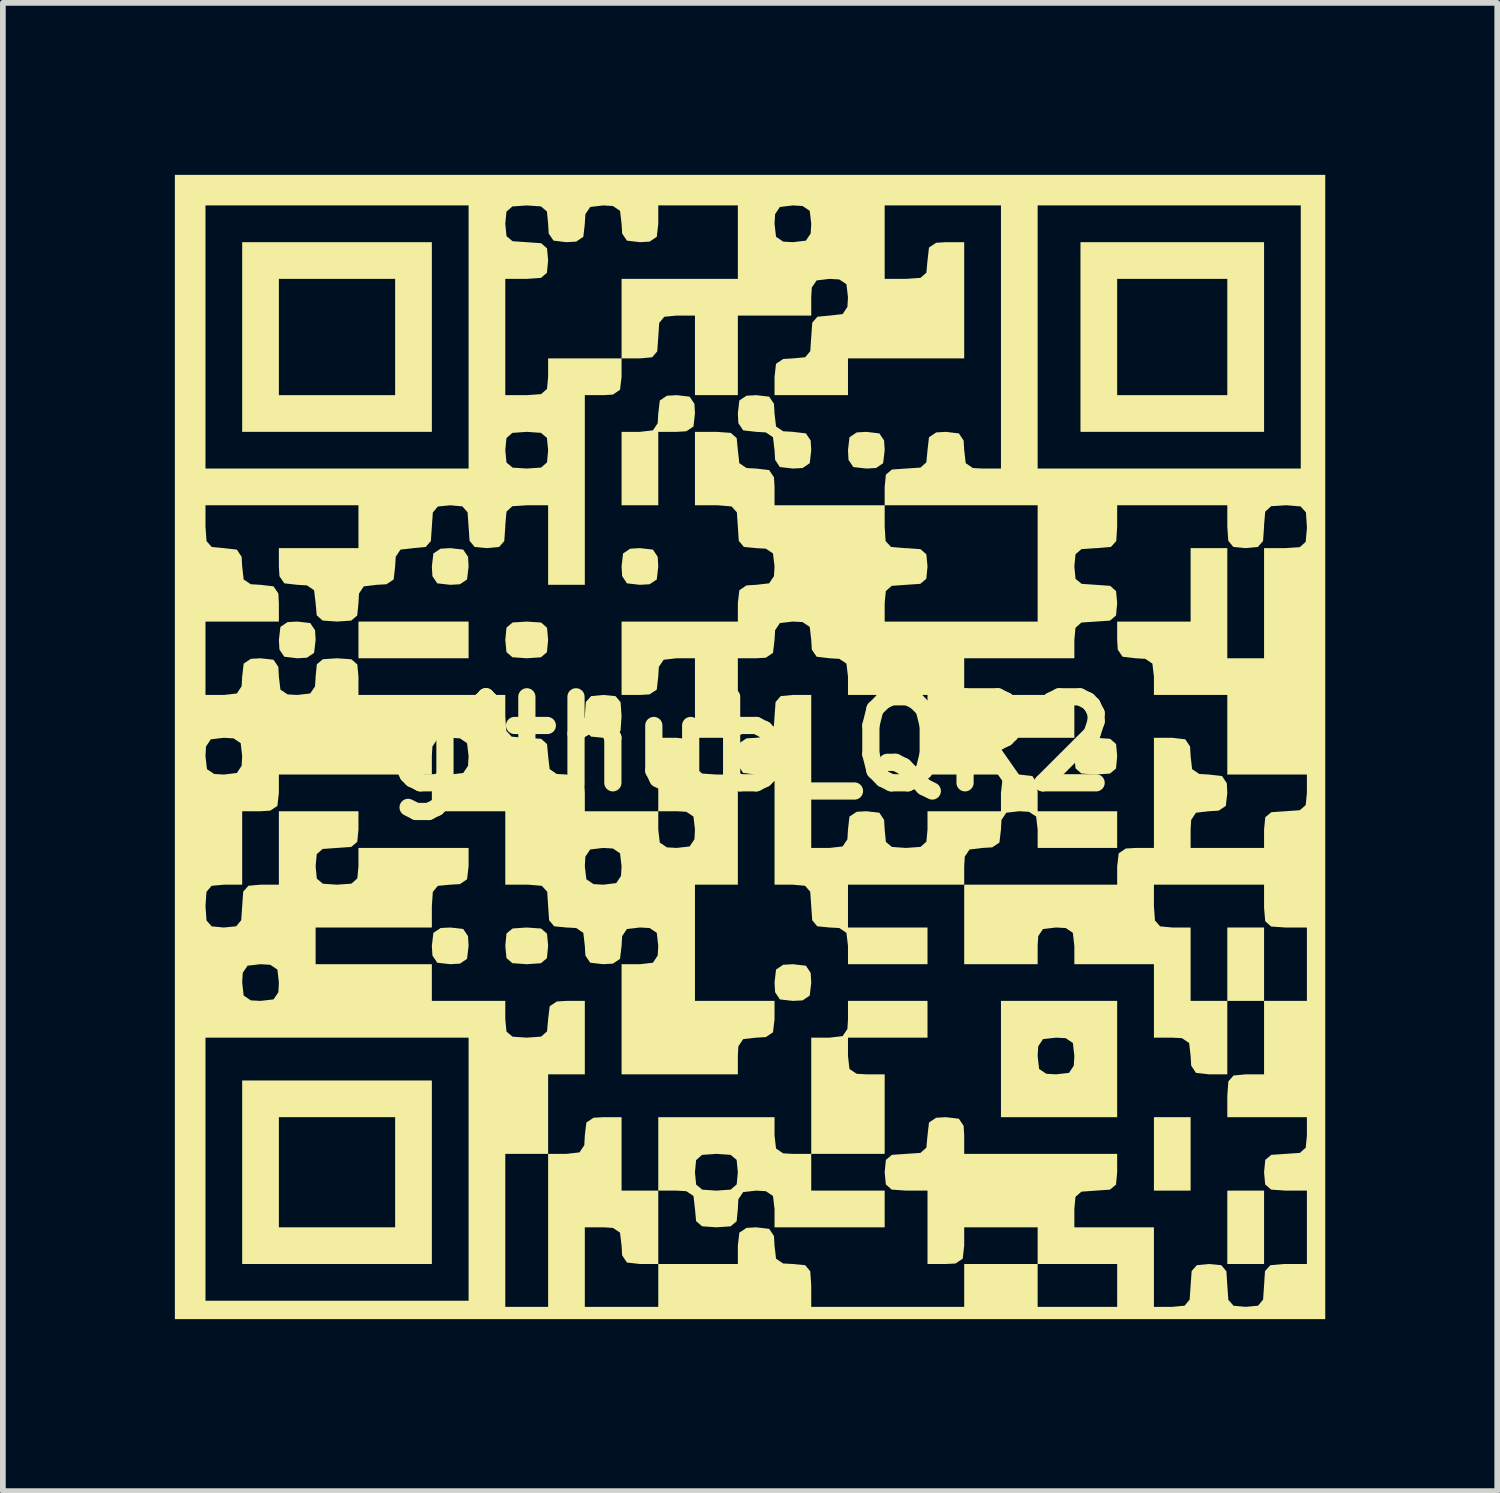
<source format=kicad_pcb>
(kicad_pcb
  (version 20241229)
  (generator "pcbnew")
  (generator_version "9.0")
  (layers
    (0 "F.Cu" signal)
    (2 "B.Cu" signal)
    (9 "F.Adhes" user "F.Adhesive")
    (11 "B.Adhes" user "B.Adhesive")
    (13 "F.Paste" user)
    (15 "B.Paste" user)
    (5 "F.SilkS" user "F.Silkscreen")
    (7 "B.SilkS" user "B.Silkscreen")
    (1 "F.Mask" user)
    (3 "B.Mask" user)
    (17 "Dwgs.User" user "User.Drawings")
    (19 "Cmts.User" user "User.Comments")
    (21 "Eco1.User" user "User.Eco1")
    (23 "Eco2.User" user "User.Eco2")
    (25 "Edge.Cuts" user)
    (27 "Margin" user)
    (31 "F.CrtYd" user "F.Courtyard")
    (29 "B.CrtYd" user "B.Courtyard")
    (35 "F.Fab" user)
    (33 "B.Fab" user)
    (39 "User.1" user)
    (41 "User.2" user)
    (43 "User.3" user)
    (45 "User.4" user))
  (footprint "github_QR2"
    (layer "F.Cu")
    (at 10.032 9.925)
    (property "Reference" "github_QR2" (at 0 0 0) (layer "F.SilkS") (effects (font (size 1.5 1.5) (thickness 0.3))))
    (attr board_only exclude_from_pos_files exclude_from_bom)
    (fp_poly (pts (xy -4.909 -1.814) (xy -4.909 -1.494) (xy -5.87 -1.494) (xy -6.83 -1.494) (xy -6.83 -1.814) (xy -6.83 -2.134) (xy -5.87 -2.134) (xy -4.909 -2.134)) (stroke (width 0) (type solid)) (fill yes) (layer "F.SilkS"))
    (fp_poly (pts (xy 7.684 7.15) (xy 7.684 7.791) (xy 7.364 7.791) (xy 7.044 7.791) (xy 7.044 7.15) (xy 7.044 6.51) (xy 7.364 6.51) (xy 7.684 6.51)) (stroke (width 0) (type solid)) (fill yes) (layer "F.SilkS"))
    (fp_poly (pts (xy 8.965 3.842) (xy 8.965 4.482) (xy 8.645 4.482) (xy 8.324 4.482) (xy 8.324 3.842) (xy 8.324 3.202) (xy 8.645 3.202) (xy 8.965 3.202)) (stroke (width 0) (type solid)) (fill yes) (layer "F.SilkS"))
    (fp_poly (pts (xy 8.965 8.431) (xy 8.965 9.071) (xy 8.645 9.071) (xy 8.324 9.071) (xy 8.324 8.431) (xy 8.324 7.791) (xy 8.645 7.791) (xy 8.965 7.791)) (stroke (width 0) (type solid)) (fill yes) (layer "F.SilkS"))
    (fp_poly (pts (xy -7.671 -2.108) (xy -7.587 -1.983) (xy -7.577 -1.814) (xy -7.604 -1.588) (xy -7.728 -1.504) (xy -7.897 -1.494) (xy -8.124 -1.521) (xy -8.208 -1.645) (xy -8.218 -1.814) (xy -8.191 -2.041) (xy -8.066 -2.125) (xy -7.897 -2.134)) (stroke (width 0) (type solid)) (fill yes) (layer "F.SilkS"))
    (fp_poly (pts (xy -5.003 -3.389) (xy -4.919 -3.264) (xy -4.909 -3.095) (xy -4.936 -2.868) (xy -5.06 -2.785) (xy -5.229 -2.775) (xy -5.456 -2.801) (xy -5.54 -2.926) (xy -5.55 -3.095) (xy -5.523 -3.322) (xy -5.398 -3.405) (xy -5.229 -3.415)) (stroke (width 0) (type solid)) (fill yes) (layer "F.SilkS"))
    (fp_poly (pts (xy -5.003 3.228) (xy -4.919 3.353) (xy -4.909 3.522) (xy -4.936 3.749) (xy -5.06 3.832) (xy -5.229 3.842) (xy -5.456 3.816) (xy -5.54 3.691) (xy -5.55 3.522) (xy -5.523 3.295) (xy -5.398 3.211) (xy -5.229 3.202)) (stroke (width 0) (type solid)) (fill yes) (layer "F.SilkS"))
    (fp_poly (pts (xy -3.644 -2.117) (xy -3.541 -2.026) (xy -3.522 -1.814) (xy -3.543 -1.599) (xy -3.648 -1.511) (xy -3.895 -1.494) (xy -4.146 -1.512) (xy -4.249 -1.602) (xy -4.269 -1.814) (xy -4.248 -2.029) (xy -4.142 -2.118) (xy -3.895 -2.134)) (stroke (width 0) (type solid)) (fill yes) (layer "F.SilkS"))
    (fp_poly (pts (xy -3.644 3.22) (xy -3.541 3.31) (xy -3.522 3.522) (xy -3.543 3.737) (xy -3.648 3.825) (xy -3.895 3.842) (xy -4.146 3.824) (xy -4.249 3.734) (xy -4.269 3.522) (xy -4.248 3.307) (xy -4.142 3.219) (xy -3.895 3.202)) (stroke (width 0) (type solid)) (fill yes) (layer "F.SilkS"))
    (fp_poly (pts (xy -2.346 -0.833) (xy -2.258 -0.727) (xy -2.241 -0.48) (xy -2.259 -0.229) (xy -2.35 -0.126) (xy -2.561 -0.107) (xy -2.776 -0.128) (xy -2.865 -0.233) (xy -2.882 -0.48) (xy -2.864 -0.731) (xy -2.773 -0.834) (xy -2.561 -0.854)) (stroke (width 0) (type solid)) (fill yes) (layer "F.SilkS"))
    (fp_poly (pts (xy -1.694 -3.389) (xy -1.611 -3.264) (xy -1.601 -3.095) (xy -1.627 -2.868) (xy -1.752 -2.785) (xy -1.921 -2.775) (xy -2.148 -2.801) (xy -2.231 -2.926) (xy -2.241 -3.095) (xy -2.215 -3.322) (xy -2.09 -3.405) (xy -1.921 -3.415)) (stroke (width 0) (type solid)) (fill yes) (layer "F.SilkS"))
    (fp_poly (pts (xy 0.974 3.868) (xy 1.057 3.993) (xy 1.067 4.162) (xy 1.041 4.389) (xy 0.916 4.473) (xy 0.747 4.482) (xy 0.52 4.456) (xy 0.437 4.331) (xy 0.427 4.162) (xy 0.453 3.935) (xy 0.578 3.852) (xy 0.747 3.842)) (stroke (width 0) (type solid)) (fill yes) (layer "F.SilkS"))
    (fp_poly (pts (xy 2.255 -5.416) (xy 2.338 -5.292) (xy 2.348 -5.123) (xy 2.321 -4.896) (xy 2.197 -4.812) (xy 2.028 -4.803) (xy 1.801 -4.829) (xy 1.717 -4.954) (xy 1.708 -5.123) (xy 1.734 -5.349) (xy 1.859 -5.433) (xy 2.028 -5.443)) (stroke (width 0) (type solid)) (fill yes) (layer "F.SilkS"))
    (fp_poly (pts (xy 6.281 -0.089) (xy 6.384 0.002) (xy 6.403 0.213) (xy 6.383 0.429) (xy 6.277 0.517) (xy 6.03 0.534) (xy 5.779 0.516) (xy 5.676 0.425) (xy 5.656 0.213) (xy 5.677 -0.002) (xy 5.783 -0.09) (xy 6.03 -0.107)) (stroke (width 0) (type solid)) (fill yes) (layer "F.SilkS"))
    (fp_poly (pts (xy -5.55 -7.097) (xy -5.55 -5.443) (xy -7.204 -5.443) (xy -8.858 -5.443) (xy -8.858 -7.097) (xy -8.218 -7.097) (xy -8.218 -6.083) (xy -7.204 -6.083) (xy -6.19 -6.083) (xy -6.19 -7.097) (xy -6.19 -8.111) (xy -7.204 -8.111) (xy -8.218 -8.111) (xy -8.218 -7.097) (xy -8.858 -7.097) (xy -8.858 -8.751) (xy -7.204 -8.751) (xy -5.55 -8.751)) (stroke (width 0) (type solid)) (fill yes) (layer "F.SilkS"))
    (fp_poly (pts (xy -5.55 7.471) (xy -5.55 9.071) (xy -7.204 9.071) (xy -8.858 9.071) (xy -8.858 7.471) (xy -8.218 7.471) (xy -8.218 8.431) (xy -7.204 8.431) (xy -6.19 8.431) (xy -6.19 7.471) (xy -6.19 6.51) (xy -7.204 6.51) (xy -8.218 6.51) (xy -8.218 7.471) (xy -8.858 7.471) (xy -8.858 5.87) (xy -7.204 5.87) (xy -5.55 5.87)) (stroke (width 0) (type solid)) (fill yes) (layer "F.SilkS"))
    (fp_poly (pts (xy 8.965 -7.097) (xy 8.965 -5.443) (xy 7.364 -5.443) (xy 5.763 -5.443) (xy 5.763 -7.097) (xy 6.403 -7.097) (xy 6.403 -6.083) (xy 7.364 -6.083) (xy 8.324 -6.083) (xy 8.324 -7.097) (xy 8.324 -8.111) (xy 7.364 -8.111) (xy 6.403 -8.111) (xy 6.403 -7.097) (xy 5.763 -7.097) (xy 5.763 -8.751) (xy 7.364 -8.751) (xy 8.965 -8.751)) (stroke (width 0) (type solid)) (fill yes) (layer "F.SilkS"))
    (fp_poly (pts (xy -1.054 -6.057) (xy -0.97 -5.932) (xy -0.961 -5.763) (xy -0.987 -5.536) (xy -1.112 -5.453) (xy -1.281 -5.443) (xy -1.601 -5.443) (xy -1.601 -4.803) (xy -1.601 -4.162) (xy -1.921 -4.162) (xy -2.241 -4.162) (xy -2.241 -4.803) (xy -2.241 -5.443) (xy -1.921 -5.443) (xy -1.694 -5.469) (xy -1.611 -5.594) (xy -1.601 -5.763) (xy -1.574 -5.99) (xy -1.45 -6.073) (xy -1.281 -6.083)) (stroke (width 0) (type solid)) (fill yes) (layer "F.SilkS"))
    (fp_poly (pts (xy 6.403 5.496) (xy 6.403 6.51) (xy 5.389 6.51) (xy 4.376 6.51) (xy 4.376 5.496) (xy 4.376 5.443) (xy 5.016 5.443) (xy 5.042 5.67) (xy 5.167 5.753) (xy 5.336 5.763) (xy 5.563 5.737) (xy 5.646 5.612) (xy 5.656 5.443) (xy 5.63 5.216) (xy 5.505 5.132) (xy 5.336 5.123) (xy 5.109 5.149) (xy 5.026 5.274) (xy 5.016 5.443) (xy 4.376 5.443) (xy 4.376 4.482) (xy 5.389 4.482) (xy 6.403 4.482)) (stroke (width 0) (type solid)) (fill yes) (layer "F.SilkS"))
    (fp_poly (pts (xy 0.333 -6.057) (xy 0.417 -5.932) (xy 0.427 -5.763) (xy 0.453 -5.536) (xy 0.578 -5.453) (xy 0.747 -5.443) (xy 0.974 -5.416) (xy 1.057 -5.292) (xy 1.067 -5.123) (xy 1.041 -4.896) (xy 0.916 -4.812) (xy 0.747 -4.803) (xy 0.52 -4.829) (xy 0.437 -4.954) (xy 0.427 -5.123) (xy 0.4 -5.349) (xy 0.276 -5.433) (xy 0.107 -5.443) (xy -0.12 -5.469) (xy -0.204 -5.594) (xy -0.213 -5.763) (xy -0.187 -5.99) (xy -0.062 -6.073) (xy 0.107 -6.083)) (stroke (width 0) (type solid)) (fill yes) (layer "F.SilkS"))
    (fp_poly (pts (xy 3.095 4.803) (xy 3.095 5.123) (xy 2.401 5.123) (xy 1.708 5.123) (xy 1.708 5.443) (xy 1.734 5.67) (xy 1.859 5.753) (xy 2.028 5.763) (xy 2.348 5.763) (xy 2.348 6.457) (xy 2.348 7.15) (xy 1.708 7.15) (xy 1.067 7.15) (xy 1.067 7.471) (xy 1.067 7.791) (xy 1.708 7.791) (xy 2.348 7.791) (xy 2.348 8.111) (xy 2.348 8.431) (xy 1.387 8.431) (xy 0.427 8.431) (xy 0.427 8.111) (xy 0.4 7.884) (xy 0.276 7.801) (xy 0.107 7.791) (xy -0.12 7.817) (xy -0.204 7.942) (xy -0.213 8.111) (xy -0.234 8.326) (xy -0.34 8.414) (xy -0.587 8.431) (xy -0.838 8.413) (xy -0.941 8.323) (xy -0.961 8.111) (xy -0.987 7.884) (xy -1.112 7.801) (xy -1.281 7.791) (xy -1.601 7.791) (xy -1.601 7.471) (xy -0.961 7.471) (xy -0.94 7.686) (xy -0.834 7.774) (xy -0.587 7.791) (xy -0.336 7.773) (xy -0.233 7.682) (xy -0.213 7.471) (xy -0.234 7.255) (xy -0.34 7.167) (xy -0.587 7.15) (xy -0.838 7.168) (xy -0.941 7.259) (xy -0.961 7.471) (xy -1.601 7.471) (xy -1.601 7.15) (xy -1.601 6.51) (xy -0.587 6.51) (xy 0.427 6.51) (xy 0.427 6.83) (xy 0.453 7.057) (xy 0.578 7.141) (xy 0.747 7.15) (xy 1.067 7.15) (xy 1.067 6.137) (xy 1.067 5.123) (xy 1.387 5.123) (xy 1.614 5.096) (xy 1.698 4.972) (xy 1.708 4.803) (xy 1.708 4.482) (xy 2.401 4.482) (xy 3.095 4.482)) (stroke (width 0) (type solid)) (fill yes) (layer "F.SilkS"))
    (fp_poly (pts (xy 1.067 0.48) (xy 1.067 1.814) (xy 1.387 1.814) (xy 1.614 1.788) (xy 1.698 1.663) (xy 1.708 1.494) (xy 1.734 1.267) (xy 1.859 1.184) (xy 2.028 1.174) (xy 2.255 1.2) (xy 2.338 1.325) (xy 2.348 1.494) (xy 2.369 1.709) (xy 2.474 1.797) (xy 2.721 1.814) (xy 2.972 1.796) (xy 3.075 1.706) (xy 3.095 1.494) (xy 3.095 1.174) (xy 3.735 1.174) (xy 4.376 1.174) (xy 4.376 0.854) (xy 4.402 0.627) (xy 4.527 0.543) (xy 4.696 0.534) (xy 4.923 0.56) (xy 5.006 0.685) (xy 5.016 0.854) (xy 5.016 1.174) (xy 5.71 1.174) (xy 6.403 1.174) (xy 6.403 1.494) (xy 6.403 1.814) (xy 5.71 1.814) (xy 5.016 1.814) (xy 5.016 1.494) (xy 4.99 1.267) (xy 4.865 1.184) (xy 4.696 1.174) (xy 4.469 1.2) (xy 4.385 1.325) (xy 4.376 1.494) (xy 4.349 1.721) (xy 4.224 1.804) (xy 4.055 1.814) (xy 3.829 1.841) (xy 3.745 1.965) (xy 3.735 2.134) (xy 3.735 2.455) (xy 2.721 2.455) (xy 1.708 2.455) (xy 1.708 2.828) (xy 1.708 3.202) (xy 2.401 3.202) (xy 3.095 3.202) (xy 3.095 3.522) (xy 3.095 3.842) (xy 2.401 3.842) (xy 1.708 3.842) (xy 1.708 3.522) (xy 1.681 3.295) (xy 1.556 3.211) (xy 1.387 3.202) (xy 1.172 3.181) (xy 1.084 3.075) (xy 1.067 2.828) (xy 1.049 2.577) (xy 0.959 2.474) (xy 0.747 2.455) (xy 0.427 2.455) (xy 0.427 1.494) (xy 0.427 0.534) (xy 0.107 0.534) (xy -0.12 0.507) (xy -0.204 0.382) (xy -0.213 0.213) (xy -0.187 -0.013) (xy -0.062 -0.097) (xy 0.107 -0.107) (xy 0.322 -0.128) (xy 0.41 -0.233) (xy 0.427 -0.48) (xy 0.445 -0.731) (xy 0.535 -0.834) (xy 0.747 -0.854) (xy 1.067 -0.854)) (stroke (width 0) (type solid)) (fill yes) (layer "F.SilkS"))
    (fp_poly (pts (xy 10.032 0.053) (xy 10.032 10.032) (xy 0 10.032) (xy -10.032 10.032) (xy -10.032 7.417) (xy -9.498 7.417) (xy -9.498 9.712) (xy -7.204 9.712) (xy -4.909 9.712) (xy -4.909 7.417) (xy -4.909 5.123) (xy -7.204 5.123) (xy -9.498 5.123) (xy -9.498 7.417) (xy -10.032 7.417) (xy -10.032 4.162) (xy -8.858 4.162) (xy -8.832 4.389) (xy -8.707 4.473) (xy -8.538 4.482) (xy -8.311 4.456) (xy -8.227 4.331) (xy -8.218 4.162) (xy -8.244 3.935) (xy -8.369 3.852) (xy -8.538 3.842) (xy -8.765 3.868) (xy -8.848 3.993) (xy -8.858 4.162) (xy -10.032 4.162) (xy -10.032 0.213) (xy -9.498 0.213) (xy -9.472 0.44) (xy -9.347 0.524) (xy -9.178 0.534) (xy -8.951 0.507) (xy -8.868 0.382) (xy -8.858 0.213) (xy -8.884 -0.013) (xy -9.009 -0.097) (xy -9.178 -0.107) (xy -9.405 -0.08) (xy -9.489 0.044) (xy -9.498 0.213) (xy -10.032 0.213) (xy -10.032 0.053) (xy -10.032 -4.162) (xy -9.498 -4.162) (xy -9.498 -3.789) (xy -9.48 -3.538) (xy -9.39 -3.435) (xy -9.178 -3.415) (xy -8.951 -3.389) (xy -8.868 -3.264) (xy -8.858 -3.095) (xy -8.832 -2.868) (xy -8.707 -2.785) (xy -8.538 -2.775) (xy -8.311 -2.748) (xy -8.227 -2.624) (xy -8.218 -2.455) (xy -8.218 -2.134) (xy -8.858 -2.134) (xy -9.498 -2.134) (xy -9.498 -1.494) (xy -9.498 -0.854) (xy -9.178 -0.854) (xy -8.951 -0.88) (xy -8.868 -1.005) (xy -8.858 -1.174) (xy -8.832 -1.401) (xy -8.707 -1.484) (xy -8.538 -1.494) (xy -8.311 -1.468) (xy -8.227 -1.343) (xy -8.218 -1.174) (xy -8.191 -0.947) (xy -8.066 -0.864) (xy -7.897 -0.854) (xy -7.671 -0.88) (xy -7.587 -1.005) (xy -7.577 -1.174) (xy -7.556 -1.389) (xy -7.451 -1.477) (xy -7.204 -1.494) (xy -6.953 -1.476) (xy -6.85 -1.386) (xy -6.83 -1.174) (xy -6.83 -0.854) (xy -5.55 -0.854) (xy -4.269 -0.854) (xy -4.269 -0.48) (xy -4.252 -0.23) (xy -4.159 -0.127) (xy -3.924 -0.107) (xy -3.895 -0.107) (xy -3.644 -0.089) (xy -3.541 0.002) (xy -3.522 0.213) (xy -3.495 0.44) (xy -3.371 0.524) (xy -3.202 0.534) (xy -2.975 0.56) (xy -2.891 0.685) (xy -2.882 0.854) (xy -2.882 1.174) (xy -2.241 1.174) (xy -1.601 1.174) (xy -1.601 0.534) (xy -1.601 -0.107) (xy -1.281 -0.107) (xy -1.054 -0.08) (xy -0.97 0.044) (xy -0.961 0.213) (xy -0.94 0.429) (xy -0.834 0.517) (xy -0.587 0.534) (xy -0.213 0.534) (xy -0.213 1.494) (xy -0.213 2.455) (xy -0.587 2.455) (xy -0.961 2.455) (xy -0.961 3.468) (xy -0.961 4.482) (xy -0.267 4.482) (xy 0.427 4.482) (xy 0.427 4.803) (xy 0.4 5.029) (xy 0.276 5.113) (xy 0.107 5.123) (xy -0.12 5.149) (xy -0.204 5.274) (xy -0.213 5.443) (xy -0.213 5.763) (xy -1.227 5.763) (xy -2.241 5.763) (xy -2.241 4.803) (xy -2.241 3.842) (xy -1.921 3.842) (xy -1.694 3.816) (xy -1.611 3.691) (xy -1.601 3.522) (xy -1.627 3.295) (xy -1.752 3.211) (xy -1.921 3.202) (xy -2.148 3.228) (xy -2.231 3.353) (xy -2.241 3.522) (xy -2.268 3.749) (xy -2.392 3.832) (xy -2.561 3.842) (xy -2.788 3.816) (xy -2.872 3.691) (xy -2.882 3.522) (xy -2.908 3.295) (xy -3.033 3.211) (xy -3.202 3.202) (xy -3.417 3.181) (xy -3.505 3.075) (xy -3.522 2.828) (xy -3.538 2.578) (xy -3.632 2.475) (xy -3.867 2.455) (xy -3.895 2.455) (xy -4.269 2.455) (xy -4.269 2.134) (xy -2.882 2.134) (xy -2.855 2.361) (xy -2.73 2.445) (xy -2.561 2.455) (xy -2.335 2.428) (xy -2.251 2.303) (xy -2.241 2.134) (xy -2.268 1.908) (xy -2.392 1.824) (xy -2.561 1.814) (xy -2.788 1.841) (xy -2.872 1.965) (xy -2.882 2.134) (xy -4.269 2.134) (xy -4.269 1.814) (xy -4.269 1.494) (xy -1.601 1.494) (xy -1.574 1.721) (xy -1.45 1.804) (xy -1.281 1.814) (xy -1.054 1.788) (xy -0.97 1.663) (xy -0.961 1.494) (xy -0.987 1.267) (xy -1.112 1.184) (xy -1.281 1.174) (xy -1.601 1.174) (xy -1.601 1.494) (xy -4.269 1.494) (xy -4.269 1.174) (xy -4.909 1.174) (xy -5.55 1.174) (xy -5.55 0.854) (xy -5.523 0.627) (xy -5.398 0.543) (xy -5.229 0.534) (xy -5.003 0.507) (xy -4.919 0.382) (xy -4.909 0.213) (xy -4.936 -0.013) (xy -5.06 -0.097) (xy -5.229 -0.107) (xy -5.456 -0.08) (xy -5.54 0.044) (xy -5.55 0.213) (xy -5.55 0.534) (xy -6.884 0.534) (xy -8.218 0.534) (xy -8.218 0.854) (xy -8.244 1.081) (xy -8.369 1.164) (xy -8.538 1.174) (xy -8.858 1.174) (xy -8.858 1.814) (xy -8.858 2.455) (xy -9.178 2.455) (xy -9.393 2.475) (xy -9.481 2.581) (xy -9.498 2.828) (xy -9.48 3.079) (xy -9.39 3.182) (xy -9.178 3.202) (xy -8.963 3.181) (xy -8.875 3.075) (xy -8.858 2.828) (xy -8.84 2.577) (xy -8.75 2.474) (xy -8.538 2.455) (xy -8.218 2.455) (xy -8.218 1.814) (xy -8.218 1.174) (xy -7.524 1.174) (xy -6.83 1.174) (xy -6.83 1.494) (xy -6.851 1.709) (xy -6.957 1.797) (xy -7.204 1.814) (xy -7.455 1.832) (xy -7.558 1.923) (xy -7.577 2.134) (xy -7.556 2.35) (xy -7.451 2.438) (xy -7.204 2.455) (xy -6.953 2.437) (xy -6.85 2.346) (xy -6.83 2.134) (xy -6.83 1.814) (xy -5.87 1.814) (xy -4.909 1.814) (xy -4.909 2.134) (xy -4.936 2.361) (xy -5.06 2.445) (xy -5.229 2.455) (xy -5.445 2.475) (xy -5.533 2.581) (xy -5.55 2.828) (xy -5.55 3.202) (xy -6.563 3.202) (xy -7.577 3.202) (xy -7.577 3.522) (xy -7.577 3.842) (xy -6.563 3.842) (xy -5.55 3.842) (xy -5.55 4.162) (xy -5.55 4.482) (xy -4.909 4.482) (xy -4.269 4.482) (xy -4.269 4.803) (xy -4.248 5.018) (xy -4.142 5.106) (xy -3.895 5.123) (xy -3.644 5.105) (xy -3.541 5.014) (xy -3.522 4.803) (xy -3.495 4.576) (xy -3.371 4.492) (xy -3.202 4.482) (xy -2.882 4.482) (xy -2.882 5.123) (xy -2.882 5.763) (xy -3.202 5.763) (xy -3.522 5.763) (xy -3.522 6.457) (xy -3.522 7.15) (xy -3.895 7.15) (xy -4.269 7.15) (xy -4.269 8.484) (xy -4.269 9.818) (xy -3.895 9.818) (xy -3.522 9.818) (xy -3.522 8.484) (xy -3.522 7.15) (xy -3.202 7.15) (xy -2.975 7.124) (xy -2.891 6.999) (xy -2.882 6.83) (xy -2.855 6.603) (xy -2.73 6.52) (xy -2.561 6.51) (xy -2.241 6.51) (xy -2.241 7.15) (xy -2.241 7.791) (xy -1.921 7.791) (xy -1.601 7.791) (xy -1.601 8.431) (xy -1.601 9.071) (xy -1.921 9.071) (xy -2.148 9.045) (xy -2.231 8.92) (xy -2.241 8.751) (xy -2.268 8.524) (xy -2.392 8.441) (xy -2.561 8.431) (xy -2.882 8.431) (xy -2.882 9.125) (xy -2.882 9.818) (xy -2.241 9.818) (xy -1.601 9.818) (xy -1.601 9.445) (xy -1.601 9.071) (xy -0.907 9.071) (xy -0.213 9.071) (xy -0.213 8.751) (xy -0.187 8.524) (xy -0.062 8.441) (xy 0.107 8.431) (xy 0.333 8.458) (xy 0.417 8.582) (xy 0.427 8.751) (xy 0.453 8.978) (xy 0.578 9.062) (xy 0.747 9.071) (xy 0.962 9.092) (xy 1.05 9.198) (xy 1.067 9.445) (xy 1.067 9.818) (xy 2.401 9.818) (xy 3.735 9.818) (xy 3.735 9.445) (xy 5.016 9.445) (xy 5.016 9.818) (xy 5.71 9.818) (xy 6.403 9.818) (xy 6.403 9.445) (xy 6.403 9.071) (xy 5.71 9.071) (xy 5.016 9.071) (xy 5.016 9.445) (xy 3.735 9.445) (xy 3.735 9.071) (xy 4.376 9.071) (xy 5.016 9.071) (xy 5.016 8.751) (xy 5.016 8.431) (xy 4.376 8.431) (xy 3.735 8.431) (xy 3.735 8.751) (xy 3.709 8.978) (xy 3.584 9.062) (xy 3.415 9.071) (xy 3.095 9.071) (xy 3.095 8.431) (xy 3.095 7.791) (xy 2.721 7.791) (xy 2.47 7.773) (xy 2.368 7.682) (xy 2.348 7.471) (xy 2.369 7.255) (xy 2.474 7.167) (xy 2.721 7.15) (xy 2.972 7.133) (xy 3.075 7.042) (xy 3.095 6.83) (xy 3.121 6.603) (xy 3.246 6.52) (xy 3.415 6.51) (xy 3.642 6.537) (xy 3.725 6.661) (xy 3.735 6.83) (xy 3.735 7.15) (xy 5.069 7.15) (xy 6.403 7.15) (xy 6.403 7.471) (xy 6.383 7.686) (xy 6.277 7.774) (xy 6.03 7.791) (xy 5.779 7.809) (xy 5.676 7.899) (xy 5.656 8.111) (xy 5.656 8.431) (xy 6.35 8.431) (xy 7.044 8.431) (xy 7.044 9.125) (xy 7.044 9.818) (xy 7.364 9.818) (xy 7.579 9.798) (xy 7.667 9.692) (xy 7.684 9.445) (xy 7.702 9.194) (xy 7.792 9.091) (xy 8.004 9.071) (xy 8.219 9.092) (xy 8.308 9.198) (xy 8.324 9.445) (xy 8.342 9.696) (xy 8.433 9.799) (xy 8.645 9.818) (xy 8.86 9.798) (xy 8.948 9.692) (xy 8.965 9.445) (xy 8.981 9.195) (xy 9.074 9.092) (xy 9.31 9.071) (xy 9.338 9.071) (xy 9.712 9.071) (xy 9.712 8.431) (xy 9.712 7.791) (xy 9.338 7.791) (xy 9.087 7.773) (xy 8.984 7.682) (xy 8.965 7.471) (xy 8.986 7.255) (xy 9.091 7.167) (xy 9.338 7.15) (xy 9.589 7.133) (xy 9.692 7.042) (xy 9.712 6.83) (xy 9.712 6.51) (xy 9.018 6.51) (xy 8.324 6.51) (xy 8.324 6.137) (xy 8.342 5.886) (xy 8.433 5.783) (xy 8.645 5.763) (xy 8.965 5.763) (xy 8.965 5.123) (xy 8.965 4.482) (xy 9.338 4.482) (xy 9.712 4.482) (xy 9.712 3.842) (xy 9.712 3.202) (xy 9.338 3.202) (xy 9.088 3.185) (xy 8.985 3.092) (xy 8.965 2.857) (xy 8.965 2.828) (xy 8.965 2.455) (xy 8.004 2.455) (xy 7.044 2.455) (xy 7.044 2.828) (xy 7.062 3.079) (xy 7.152 3.182) (xy 7.364 3.202) (xy 7.684 3.202) (xy 7.684 3.842) (xy 7.684 4.482) (xy 8.004 4.482) (xy 8.324 4.482) (xy 8.324 5.123) (xy 8.324 5.763) (xy 8.004 5.763) (xy 7.777 5.737) (xy 7.694 5.612) (xy 7.684 5.443) (xy 7.658 5.216) (xy 7.533 5.132) (xy 7.364 5.123) (xy 7.044 5.123) (xy 7.044 4.482) (xy 7.044 3.842) (xy 6.35 3.842) (xy 5.656 3.842) (xy 5.656 3.522) (xy 5.63 3.295) (xy 5.505 3.211) (xy 5.336 3.202) (xy 5.109 3.228) (xy 5.026 3.353) (xy 5.016 3.522) (xy 5.016 3.842) (xy 4.376 3.842) (xy 3.735 3.842) (xy 3.735 3.148) (xy 3.735 2.455) (xy 5.069 2.455) (xy 6.403 2.455) (xy 6.403 2.134) (xy 6.43 1.908) (xy 6.555 1.824) (xy 6.724 1.814) (xy 7.044 1.814) (xy 7.044 0.854) (xy 7.044 -0.107) (xy 7.364 -0.107) (xy 7.591 -0.08) (xy 7.674 0.044) (xy 7.684 0.213) (xy 7.71 0.44) (xy 7.835 0.524) (xy 8.004 0.534) (xy 8.231 0.56) (xy 8.315 0.685) (xy 8.324 0.854) (xy 8.298 1.081) (xy 8.173 1.164) (xy 8.004 1.174) (xy 7.777 1.2) (xy 7.694 1.325) (xy 7.684 1.494) (xy 7.684 1.814) (xy 8.324 1.814) (xy 8.965 1.814) (xy 8.965 1.494) (xy 8.986 1.279) (xy 9.091 1.191) (xy 9.338 1.174) (xy 9.589 1.156) (xy 9.692 1.066) (xy 9.712 0.854) (xy 9.712 0.534) (xy 9.018 0.534) (xy 8.324 0.534) (xy 8.324 -0.16) (xy 8.324 -0.854) (xy 7.684 -0.854) (xy 7.044 -0.854) (xy 7.044 -1.174) (xy 7.017 -1.401) (xy 6.893 -1.484) (xy 6.724 -1.494) (xy 6.497 -1.521) (xy 6.413 -1.645) (xy 6.403 -1.814) (xy 6.403 -2.134) (xy 7.044 -2.134) (xy 7.684 -2.134) (xy 7.684 -2.775) (xy 7.684 -3.415) (xy 8.004 -3.415) (xy 8.324 -3.415) (xy 8.324 -2.455) (xy 8.324 -1.494) (xy 8.645 -1.494) (xy 8.965 -1.494) (xy 8.965 -2.455) (xy 8.965 -3.415) (xy 9.338 -3.415) (xy 9.589 -3.432) (xy 9.691 -3.525) (xy 9.712 -3.76) (xy 9.712 -3.789) (xy 9.695 -4.039) (xy 9.602 -4.142) (xy 9.367 -4.162) (xy 9.338 -4.162) (xy 9.088 -4.146) (xy 8.985 -4.052) (xy 8.965 -3.817) (xy 8.965 -3.789) (xy 8.947 -3.538) (xy 8.856 -3.435) (xy 8.645 -3.415) (xy 8.429 -3.436) (xy 8.341 -3.542) (xy 8.324 -3.789) (xy 8.324 -4.162) (xy 7.364 -4.162) (xy 6.403 -4.162) (xy 6.403 -3.789) (xy 6.387 -3.538) (xy 6.294 -3.436) (xy 6.058 -3.415) (xy 6.03 -3.415) (xy 5.779 -3.397) (xy 5.676 -3.307) (xy 5.656 -3.095) (xy 5.677 -2.88) (xy 5.783 -2.792) (xy 6.03 -2.775) (xy 6.281 -2.757) (xy 6.384 -2.666) (xy 6.403 -2.455) (xy 6.383 -2.24) (xy 6.277 -2.151) (xy 6.03 -2.134) (xy 5.779 -2.117) (xy 5.676 -2.026) (xy 5.656 -1.814) (xy 5.656 -1.494) (xy 4.696 -1.494) (xy 3.735 -1.494) (xy 3.735 -1.174) (xy 3.735 -0.854) (xy 4.696 -0.854) (xy 5.656 -0.854) (xy 5.656 -0.48) (xy 5.656 -0.107) (xy 5.016 -0.107) (xy 4.376 -0.107) (xy 4.376 0.213) (xy 4.376 0.534) (xy 3.735 0.534) (xy 3.095 0.534) (xy 3.095 -0.16) (xy 3.095 -0.854) (xy 2.401 -0.854) (xy 1.708 -0.854) (xy 1.708 -1.174) (xy 1.681 -1.401) (xy 1.556 -1.484) (xy 1.387 -1.494) (xy 1.161 -1.521) (xy 1.077 -1.645) (xy 1.067 -1.814) (xy 1.041 -2.041) (xy 0.916 -2.125) (xy 0.747 -2.134) (xy 0.52 -2.108) (xy 0.437 -1.983) (xy 0.427 -1.814) (xy 0.4 -1.588) (xy 0.276 -1.504) (xy 0.107 -1.494) (xy -0.213 -1.494) (xy -0.213 -0.8) (xy -0.213 -0.107) (xy -0.587 -0.107) (xy -0.961 -0.107) (xy -0.961 -0.8) (xy -0.961 -1.494) (xy -1.281 -1.494) (xy -1.507 -1.468) (xy -1.591 -1.343) (xy -1.601 -1.174) (xy -1.627 -0.947) (xy -1.752 -0.864) (xy -1.921 -0.854) (xy -2.241 -0.854) (xy -2.241 -1.494) (xy -2.241 -2.134) (xy -1.227 -2.134) (xy -0.213 -2.134) (xy -0.213 -2.455) (xy -0.187 -2.681) (xy -0.062 -2.765) (xy 0.107 -2.775) (xy 0.333 -2.801) (xy 0.417 -2.926) (xy 0.427 -3.095) (xy 0.4 -3.322) (xy 0.276 -3.405) (xy 0.107 -3.415) (xy -0.108 -3.436) (xy -0.197 -3.542) (xy -0.213 -3.789) (xy 2.348 -3.789) (xy 2.364 -3.538) (xy 2.458 -3.436) (xy 2.693 -3.415) (xy 2.721 -3.415) (xy 2.972 -3.397) (xy 3.075 -3.307) (xy 3.095 -3.095) (xy 3.074 -2.88) (xy 2.969 -2.792) (xy 2.721 -2.775) (xy 2.47 -2.757) (xy 2.368 -2.666) (xy 2.348 -2.455) (xy 2.348 -2.134) (xy 3.682 -2.134) (xy 5.016 -2.134) (xy 5.016 -3.148) (xy 5.016 -4.162) (xy 3.682 -4.162) (xy 2.348 -4.162) (xy 2.348 -3.789) (xy -0.213 -3.789) (xy -0.23 -4.039) (xy -0.323 -4.142) (xy -0.559 -4.162) (xy -0.587 -4.162) (xy -0.961 -4.162) (xy -0.961 -4.803) (xy -0.961 -5.443) (xy -0.587 -5.443) (xy -0.336 -5.425) (xy -0.233 -5.334) (xy -0.213 -5.123) (xy -0.187 -4.896) (xy -0.062 -4.812) (xy 0.107 -4.803) (xy 0.333 -4.776) (xy 0.417 -4.651) (xy 0.427 -4.482) (xy 0.427 -4.162) (xy 1.387 -4.162) (xy 2.348 -4.162) (xy 2.348 -4.482) (xy 2.369 -4.697) (xy 2.474 -4.786) (xy 2.721 -4.803) (xy 2.972 -4.82) (xy 3.075 -4.911) (xy 3.095 -5.123) (xy 3.121 -5.349) (xy 3.246 -5.433) (xy 3.415 -5.443) (xy 3.642 -5.416) (xy 3.725 -5.292) (xy 3.735 -5.123) (xy 3.762 -4.896) (xy 3.886 -4.812) (xy 4.055 -4.803) (xy 4.376 -4.803) (xy 4.376 -7.097) (xy 5.016 -7.097) (xy 5.016 -4.803) (xy 7.311 -4.803) (xy 9.605 -4.803) (xy 9.605 -7.097) (xy 9.605 -9.392) (xy 7.311 -9.392) (xy 5.016 -9.392) (xy 5.016 -7.097) (xy 4.376 -7.097) (xy 4.376 -9.392) (xy 3.362 -9.392) (xy 2.348 -9.392) (xy 2.348 -8.751) (xy 2.348 -8.111) (xy 2.721 -8.111) (xy 2.972 -8.129) (xy 3.075 -8.219) (xy 3.095 -8.431) (xy 3.121 -8.658) (xy 3.246 -8.741) (xy 3.415 -8.751) (xy 3.735 -8.751) (xy 3.735 -7.737) (xy 3.735 -6.724) (xy 2.721 -6.724) (xy 1.708 -6.724) (xy 1.708 -6.403) (xy 1.708 -6.083) (xy 1.067 -6.083) (xy 0.427 -6.083) (xy 0.427 -6.403) (xy 0.453 -6.63) (xy 0.578 -6.714) (xy 0.747 -6.724) (xy 0.962 -6.744) (xy 1.05 -6.85) (xy 1.067 -7.097) (xy 1.085 -7.348) (xy 1.176 -7.451) (xy 1.387 -7.471) (xy 1.614 -7.497) (xy 1.698 -7.622) (xy 1.708 -7.791) (xy 1.681 -8.018) (xy 1.556 -8.101) (xy 1.387 -8.111) (xy 1.161 -8.084) (xy 1.077 -7.96) (xy 1.067 -7.791) (xy 1.067 -7.471) (xy 0.427 -7.471) (xy -0.213 -7.471) (xy -0.213 -6.777) (xy -0.213 -6.083) (xy -0.587 -6.083) (xy -0.961 -6.083) (xy -0.961 -6.777) (xy -0.961 -7.471) (xy -1.281 -7.471) (xy -1.496 -7.45) (xy -1.584 -7.344) (xy -1.601 -7.097) (xy -1.619 -6.846) (xy -1.709 -6.743) (xy -1.921 -6.724) (xy -2.241 -6.724) (xy -2.241 -7.417) (xy -2.241 -8.111) (xy -1.227 -8.111) (xy -0.213 -8.111) (xy -0.213 -8.751) (xy -0.213 -9.071) (xy 0.427 -9.071) (xy 0.453 -8.845) (xy 0.578 -8.761) (xy 0.747 -8.751) (xy 0.974 -8.778) (xy 1.057 -8.902) (xy 1.067 -9.071) (xy 1.041 -9.298) (xy 0.916 -9.382) (xy 0.747 -9.392) (xy 0.52 -9.365) (xy 0.437 -9.24) (xy 0.427 -9.071) (xy -0.213 -9.071) (xy -0.213 -9.392) (xy -0.907 -9.392) (xy -1.601 -9.392) (xy -1.601 -9.071) (xy -1.627 -8.845) (xy -1.752 -8.761) (xy -1.921 -8.751) (xy -2.148 -8.778) (xy -2.231 -8.902) (xy -2.241 -9.071) (xy -2.268 -9.298) (xy -2.392 -9.382) (xy -2.561 -9.392) (xy -2.788 -9.365) (xy -2.872 -9.24) (xy -2.882 -9.071) (xy -2.908 -8.845) (xy -3.033 -8.761) (xy -3.202 -8.751) (xy -3.428 -8.778) (xy -3.512 -8.902) (xy -3.522 -9.071) (xy -3.543 -9.287) (xy -3.648 -9.375) (xy -3.895 -9.392) (xy -4.146 -9.374) (xy -4.249 -9.283) (xy -4.269 -9.071) (xy -4.248 -8.856) (xy -4.142 -8.768) (xy -3.895 -8.751) (xy -3.644 -8.733) (xy -3.541 -8.643) (xy -3.522 -8.431) (xy -3.543 -8.216) (xy -3.648 -8.128) (xy -3.895 -8.111) (xy -4.269 -8.111) (xy -4.269 -7.097) (xy -4.269 -6.083) (xy -3.895 -6.083) (xy -3.644 -6.101) (xy -3.541 -6.192) (xy -3.522 -6.403) (xy -3.522 -6.724) (xy -2.882 -6.724) (xy -2.241 -6.724) (xy -2.241 -6.403) (xy -2.268 -6.177) (xy -2.392 -6.093) (xy -2.561 -6.083) (xy -2.882 -6.083) (xy -2.882 -4.429) (xy -2.882 -2.775) (xy -3.202 -2.775) (xy -3.522 -2.775) (xy -3.522 -3.468) (xy -3.522 -4.162) (xy -3.895 -4.162) (xy -4.146 -4.146) (xy -4.248 -4.052) (xy -4.269 -3.817) (xy -4.269 -3.789) (xy -4.287 -3.538) (xy -4.377 -3.435) (xy -4.589 -3.415) (xy -4.804 -3.436) (xy -4.892 -3.542) (xy -4.909 -3.789) (xy -4.927 -4.04) (xy -5.018 -4.143) (xy -5.229 -4.162) (xy -5.445 -4.141) (xy -5.533 -4.036) (xy -5.55 -3.789) (xy -5.567 -3.538) (xy -5.658 -3.435) (xy -5.87 -3.415) (xy -6.097 -3.389) (xy -6.18 -3.264) (xy -6.19 -3.095) (xy -6.216 -2.868) (xy -6.341 -2.785) (xy -6.51 -2.775) (xy -6.737 -2.748) (xy -6.82 -2.624) (xy -6.83 -2.455) (xy -6.851 -2.24) (xy -6.957 -2.151) (xy -7.204 -2.134) (xy -7.455 -2.152) (xy -7.558 -2.243) (xy -7.577 -2.455) (xy -7.604 -2.681) (xy -7.728 -2.765) (xy -7.897 -2.775) (xy -8.124 -2.801) (xy -8.208 -2.926) (xy -8.218 -3.095) (xy -8.218 -3.415) (xy -7.524 -3.415) (xy -6.83 -3.415) (xy -6.83 -3.789) (xy -6.83 -4.162) (xy -8.164 -4.162) (xy -9.498 -4.162) (xy -10.032 -4.162) (xy -10.032 -7.097) (xy -9.498 -7.097) (xy -9.498 -4.803) (xy -7.204 -4.803) (xy -4.909 -4.803) (xy -4.909 -5.123) (xy -4.269 -5.123) (xy -4.248 -4.908) (xy -4.142 -4.819) (xy -3.895 -4.803) (xy -3.644 -4.82) (xy -3.541 -4.911) (xy -3.522 -5.123) (xy -3.543 -5.338) (xy -3.648 -5.426) (xy -3.895 -5.443) (xy -4.146 -5.425) (xy -4.249 -5.334) (xy -4.269 -5.123) (xy -4.909 -5.123) (xy -4.909 -7.097) (xy -4.909 -9.392) (xy -7.204 -9.392) (xy -9.498 -9.392) (xy -9.498 -7.097) (xy -10.032 -7.097) (xy -10.032 -9.925) (xy 0 -9.925) (xy 10.032 -9.925)) (stroke (width 0) (type solid)) (fill yes) (layer "F.SilkS")))
  (gr_rect
    (start -3 -3)
    (end 23.064 22.957)
    (stroke (width 0.1) (type default))
    (fill no)
    (layer "Edge.Cuts")))
</source>
